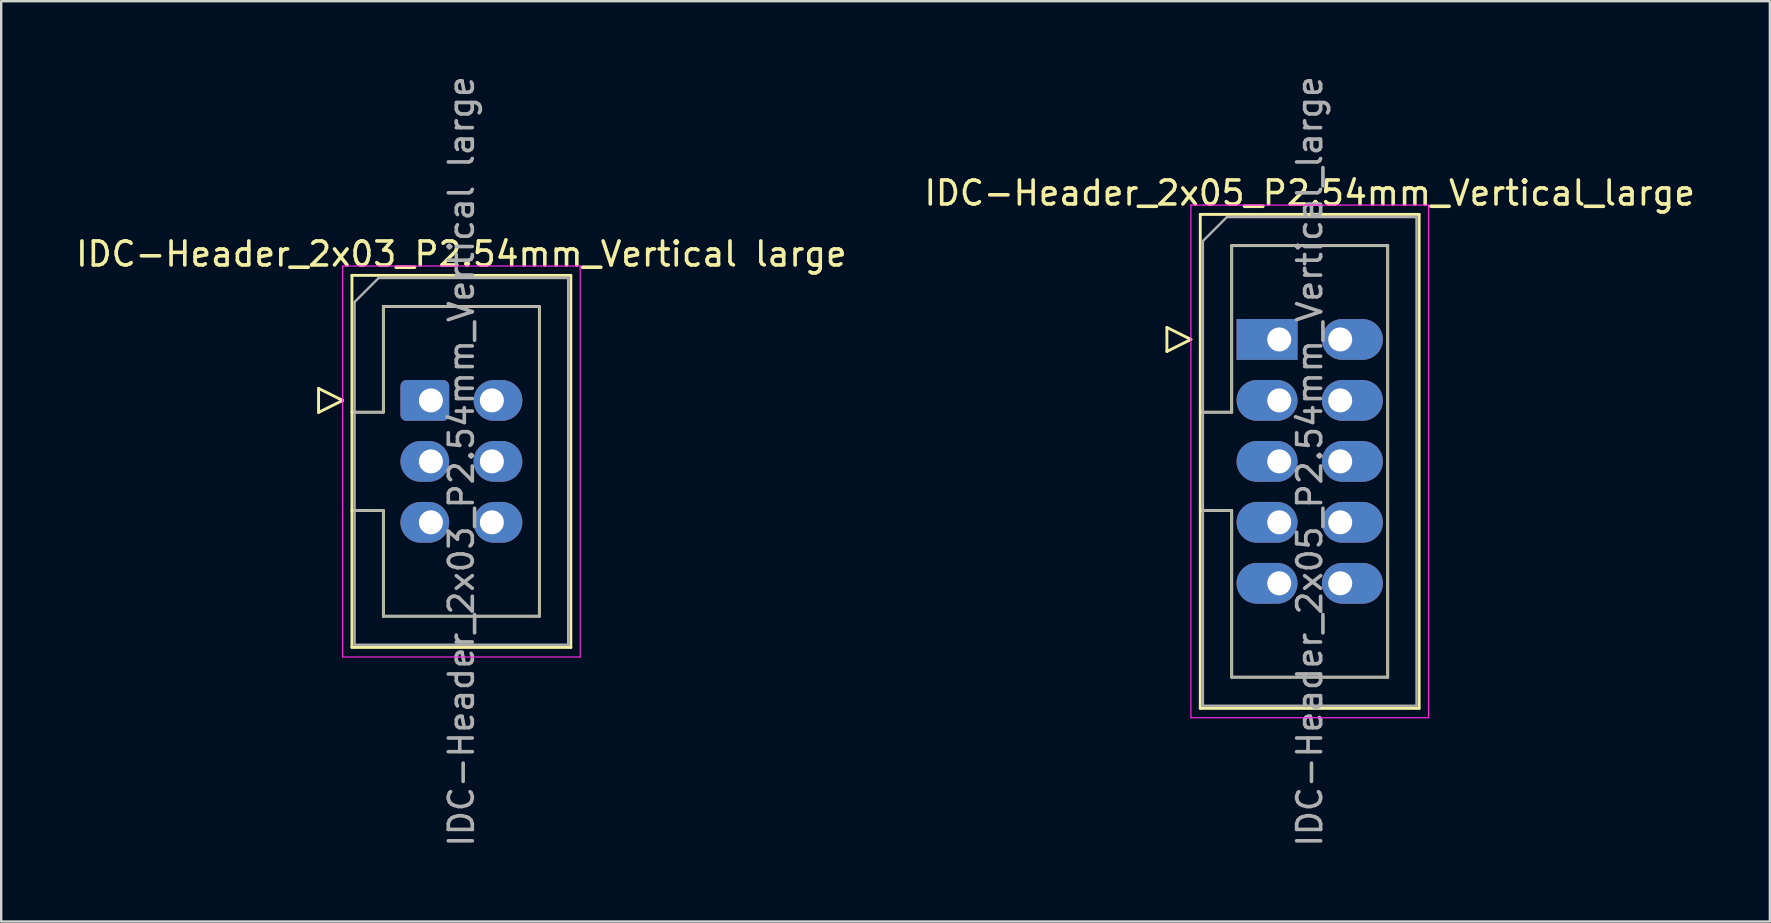
<source format=kicad_pcb>
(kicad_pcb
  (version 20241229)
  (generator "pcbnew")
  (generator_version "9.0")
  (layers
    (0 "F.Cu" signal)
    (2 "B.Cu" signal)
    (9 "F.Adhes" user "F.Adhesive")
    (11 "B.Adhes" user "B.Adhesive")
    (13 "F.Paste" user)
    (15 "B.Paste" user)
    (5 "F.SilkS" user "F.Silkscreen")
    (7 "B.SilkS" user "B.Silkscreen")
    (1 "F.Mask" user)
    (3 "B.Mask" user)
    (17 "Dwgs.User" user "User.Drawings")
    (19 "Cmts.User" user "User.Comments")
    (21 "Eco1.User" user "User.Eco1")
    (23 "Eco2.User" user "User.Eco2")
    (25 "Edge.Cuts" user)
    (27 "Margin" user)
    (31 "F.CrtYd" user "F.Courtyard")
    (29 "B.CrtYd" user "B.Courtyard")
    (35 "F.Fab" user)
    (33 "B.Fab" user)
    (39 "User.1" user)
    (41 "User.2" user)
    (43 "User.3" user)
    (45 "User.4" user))
  (footprint "IDC-Header_2x03_P2.54mm_Vertical large"
    (layer "F.Cu")
    (at 14.903 13.633)
    (property "Reference" "IDC-Header_2x03_P2.54mm_Vertical large" (at 1.27 -6.1 0) (layer "F.SilkS") (effects (font (size 1 1) (thickness 0.15))))
    (attr through_hole)
    (fp_line (start -4.68 -0.5) (end -4.68 0.5) (stroke (width 0.12) (type solid)) (layer "F.SilkS"))
    (fp_line (start -4.68 0.5) (end -3.68 0) (stroke (width 0.12) (type solid)) (layer "F.SilkS"))
    (fp_line (start -3.68 0) (end -4.68 -0.5) (stroke (width 0.12) (type solid)) (layer "F.SilkS"))
    (fp_line (start -3.29 -5.21) (end 5.83 -5.21) (stroke (width 0.12) (type solid)) (layer "F.SilkS"))
    (fp_line (start -3.29 0.49) (end -1.98 0.49) (stroke (width 0.12) (type solid)) (layer "F.SilkS"))
    (fp_line (start -3.29 10.29) (end -3.29 -5.21) (stroke (width 0.12) (type solid)) (layer "F.SilkS"))
    (fp_line (start -1.98 -3.91) (end 4.52 -3.91) (stroke (width 0.12) (type solid)) (layer "F.SilkS"))
    (fp_line (start -1.98 0.49) (end -1.98 -3.91) (stroke (width 0.12) (type solid)) (layer "F.SilkS"))
    (fp_line (start -1.98 4.59) (end -3.29 4.59) (stroke (width 0.12) (type solid)) (layer "F.SilkS"))
    (fp_line (start -1.98 4.59) (end -1.98 4.59) (stroke (width 0.12) (type solid)) (layer "F.SilkS"))
    (fp_line (start -1.98 8.99) (end -1.98 4.59) (stroke (width 0.12) (type solid)) (layer "F.SilkS"))
    (fp_line (start 4.52 -3.91) (end 4.52 8.99) (stroke (width 0.12) (type solid)) (layer "F.SilkS"))
    (fp_line (start 4.52 8.99) (end -1.98 8.99) (stroke (width 0.12) (type solid)) (layer "F.SilkS"))
    (fp_line (start 5.83 -5.21) (end 5.83 10.29) (stroke (width 0.12) (type solid)) (layer "F.SilkS"))
    (fp_line (start 5.83 10.29) (end -3.29 10.29) (stroke (width 0.12) (type solid)) (layer "F.SilkS"))
    (fp_line (start -3.68 -5.6) (end -3.68 10.69) (stroke (width 0.05) (type solid)) (layer "F.CrtYd"))
    (fp_line (start -3.68 10.69) (end 6.22 10.69) (stroke (width 0.05) (type solid)) (layer "F.CrtYd"))
    (fp_line (start 6.22 -5.6) (end -3.68 -5.6) (stroke (width 0.05) (type solid)) (layer "F.CrtYd"))
    (fp_line (start 6.22 10.69) (end 6.22 -5.6) (stroke (width 0.05) (type solid)) (layer "F.CrtYd"))
    (fp_line (start -3.18 -4.1) (end -2.18 -5.1) (stroke (width 0.1) (type solid)) (layer "F.Fab"))
    (fp_line (start -3.18 0.49) (end -1.98 0.49) (stroke (width 0.1) (type solid)) (layer "F.Fab"))
    (fp_line (start -3.18 10.18) (end -3.18 -4.1) (stroke (width 0.1) (type solid)) (layer "F.Fab"))
    (fp_line (start -2.18 -5.1) (end 5.72 -5.1) (stroke (width 0.1) (type solid)) (layer "F.Fab"))
    (fp_line (start -1.98 -3.91) (end 4.52 -3.91) (stroke (width 0.1) (type solid)) (layer "F.Fab"))
    (fp_line (start -1.98 0.49) (end -1.98 -3.91) (stroke (width 0.1) (type solid)) (layer "F.Fab"))
    (fp_line (start -1.98 4.59) (end -3.18 4.59) (stroke (width 0.1) (type solid)) (layer "F.Fab"))
    (fp_line (start -1.98 4.59) (end -1.98 4.59) (stroke (width 0.1) (type solid)) (layer "F.Fab"))
    (fp_line (start -1.98 8.99) (end -1.98 4.59) (stroke (width 0.1) (type solid)) (layer "F.Fab"))
    (fp_line (start 4.52 -3.91) (end 4.52 8.99) (stroke (width 0.1) (type solid)) (layer "F.Fab"))
    (fp_line (start 4.52 8.99) (end -1.98 8.99) (stroke (width 0.1) (type solid)) (layer "F.Fab"))
    (fp_line (start 5.72 -5.1) (end 5.72 10.18) (stroke (width 0.1) (type solid)) (layer "F.Fab"))
    (fp_line (start 5.72 10.18) (end -3.18 10.18) (stroke (width 0.1) (type solid)) (layer "F.Fab"))
    (fp_text user "${REFERENCE}" (at 1.27 2.54 90) (layer "F.Fab") (effects (font (size 1 1) (thickness 0.15))))
    (pad "1" thru_hole roundrect (at 0 0) (size 2.032 1.7) (drill 1 (offset -0.254 0)) (layers "*.Cu" "*.Mask") (roundrect_rratio 0.147))
    (pad "2" thru_hole oval (at 2.54 0) (size 2.032 1.7) (drill 1 (offset 0.254 0)) (layers "*.Cu" "*.Mask"))
    (pad "3" thru_hole oval (at 0 2.54) (size 2.032 1.7) (drill 1 (offset -0.254 0)) (layers "*.Cu" "*.Mask"))
    (pad "4" thru_hole oval (at 2.54 2.54) (size 2.032 1.7) (drill 1 (offset 0.254 0)) (layers "*.Cu" "*.Mask"))
    (pad "5" thru_hole oval (at 0 5.08) (size 2.032 1.7) (drill 1 (offset -0.254 0)) (layers "*.Cu" "*.Mask"))
    (pad "6" thru_hole oval (at 2.54 5.08) (size 2.032 1.7) (drill 1 (offset 0.254 0)) (layers "*.Cu" "*.Mask")))
  (footprint "IDC-Header_2x05_P2.54mm_Vertical_large"
    (layer "F.Cu")
    (at 50.248 11.093)
    (property "Reference" "IDC-Header_2x05_P2.54mm_Vertical_large" (at 1.27 -6.1 0) (layer "F.SilkS") (effects (font (size 1 1) (thickness 0.15))))
    (attr through_hole)
    (fp_line (start -4.68 -0.5) (end -4.68 0.5) (stroke (width 0.12) (type solid)) (layer "F.SilkS"))
    (fp_line (start -4.68 0.5) (end -3.68 0) (stroke (width 0.12) (type solid)) (layer "F.SilkS"))
    (fp_line (start -3.68 0) (end -4.68 -0.5) (stroke (width 0.12) (type solid)) (layer "F.SilkS"))
    (fp_line (start -3.29 -5.21) (end 5.83 -5.21) (stroke (width 0.12) (type solid)) (layer "F.SilkS"))
    (fp_line (start -3.29 3.03) (end -1.98 3.03) (stroke (width 0.12) (type solid)) (layer "F.SilkS"))
    (fp_line (start -3.29 15.37) (end -3.29 -5.21) (stroke (width 0.12) (type solid)) (layer "F.SilkS"))
    (fp_line (start -1.98 -3.91) (end 4.52 -3.91) (stroke (width 0.12) (type solid)) (layer "F.SilkS"))
    (fp_line (start -1.98 3.03) (end -1.98 -3.91) (stroke (width 0.12) (type solid)) (layer "F.SilkS"))
    (fp_line (start -1.98 7.13) (end -3.29 7.13) (stroke (width 0.12) (type solid)) (layer "F.SilkS"))
    (fp_line (start -1.98 7.13) (end -1.98 7.13) (stroke (width 0.12) (type solid)) (layer "F.SilkS"))
    (fp_line (start -1.98 14.07) (end -1.98 7.13) (stroke (width 0.12) (type solid)) (layer "F.SilkS"))
    (fp_line (start 4.52 -3.91) (end 4.52 14.07) (stroke (width 0.12) (type solid)) (layer "F.SilkS"))
    (fp_line (start 4.52 14.07) (end -1.98 14.07) (stroke (width 0.12) (type solid)) (layer "F.SilkS"))
    (fp_line (start 5.83 -5.21) (end 5.83 15.37) (stroke (width 0.12) (type solid)) (layer "F.SilkS"))
    (fp_line (start 5.83 15.37) (end -3.29 15.37) (stroke (width 0.12) (type solid)) (layer "F.SilkS"))
    (fp_line (start -3.68 -5.6) (end -3.68 15.76) (stroke (width 0.05) (type solid)) (layer "F.CrtYd"))
    (fp_line (start -3.68 15.76) (end 6.22 15.76) (stroke (width 0.05) (type solid)) (layer "F.CrtYd"))
    (fp_line (start 6.22 -5.6) (end -3.68 -5.6) (stroke (width 0.05) (type solid)) (layer "F.CrtYd"))
    (fp_line (start 6.22 15.76) (end 6.22 -5.6) (stroke (width 0.05) (type solid)) (layer "F.CrtYd"))
    (fp_line (start -3.18 -4.1) (end -2.18 -5.1) (stroke (width 0.1) (type solid)) (layer "F.Fab"))
    (fp_line (start -3.18 3.03) (end -1.98 3.03) (stroke (width 0.1) (type solid)) (layer "F.Fab"))
    (fp_line (start -3.18 15.26) (end -3.18 -4.1) (stroke (width 0.1) (type solid)) (layer "F.Fab"))
    (fp_line (start -2.18 -5.1) (end 5.72 -5.1) (stroke (width 0.1) (type solid)) (layer "F.Fab"))
    (fp_line (start -1.98 -3.91) (end 4.52 -3.91) (stroke (width 0.1) (type solid)) (layer "F.Fab"))
    (fp_line (start -1.98 3.03) (end -1.98 -3.91) (stroke (width 0.1) (type solid)) (layer "F.Fab"))
    (fp_line (start -1.98 7.13) (end -3.18 7.13) (stroke (width 0.1) (type solid)) (layer "F.Fab"))
    (fp_line (start -1.98 7.13) (end -1.98 7.13) (stroke (width 0.1) (type solid)) (layer "F.Fab"))
    (fp_line (start -1.98 14.07) (end -1.98 7.13) (stroke (width 0.1) (type solid)) (layer "F.Fab"))
    (fp_line (start 4.52 -3.91) (end 4.52 14.07) (stroke (width 0.1) (type solid)) (layer "F.Fab"))
    (fp_line (start 4.52 14.07) (end -1.98 14.07) (stroke (width 0.1) (type solid)) (layer "F.Fab"))
    (fp_line (start 5.72 -5.1) (end 5.72 15.26) (stroke (width 0.1) (type solid)) (layer "F.Fab"))
    (fp_line (start 5.72 15.26) (end -3.18 15.26) (stroke (width 0.1) (type solid)) (layer "F.Fab"))
    (fp_text user "${REFERENCE}" (at 1.27 5.08 90) (layer "F.Fab") (effects (font (size 1 1) (thickness 0.15))))
    (pad "1" thru_hole rect (at 0 0) (size 2.54 1.7) (drill 1 (offset -0.508 0)) (layers "*.Cu" "*.Mask"))
    (pad "2" thru_hole oval (at 2.54 0) (size 2.54 1.7) (drill 1 (offset 0.508 0)) (layers "*.Cu" "*.Mask"))
    (pad "3" thru_hole oval (at 0 2.54) (size 2.54 1.7) (drill 1 (offset -0.508 0)) (layers "*.Cu" "*.Mask"))
    (pad "4" thru_hole oval (at 2.54 2.54) (size 2.54 1.7) (drill 1 (offset 0.508 0)) (layers "*.Cu" "*.Mask"))
    (pad "5" thru_hole oval (at 0 5.08) (size 2.54 1.7) (drill 1 (offset -0.508 0)) (layers "*.Cu" "*.Mask"))
    (pad "6" thru_hole oval (at 2.54 5.08) (size 2.54 1.7) (drill 1 (offset 0.508 0)) (layers "*.Cu" "*.Mask"))
    (pad "7" thru_hole oval (at 0 7.62) (size 2.54 1.7) (drill 1 (offset -0.508 0)) (layers "*.Cu" "*.Mask"))
    (pad "8" thru_hole oval (at 2.54 7.62) (size 2.54 1.7) (drill 1 (offset 0.508 0)) (layers "*.Cu" "*.Mask"))
    (pad "9" thru_hole oval (at 0 10.16) (size 2.54 1.7) (drill 1 (offset -0.508 0)) (layers "*.Cu" "*.Mask"))
    (pad "10" thru_hole oval (at 2.54 10.16) (size 2.54 1.7) (drill 1 (offset 0.508 0)) (layers "*.Cu" "*.Mask")))
  (gr_rect
    (start -3 -3)
    (end 70.69 35.345)
    (stroke (width 0.1) (type default))
    (fill no)
    (layer "Edge.Cuts")))
</source>
